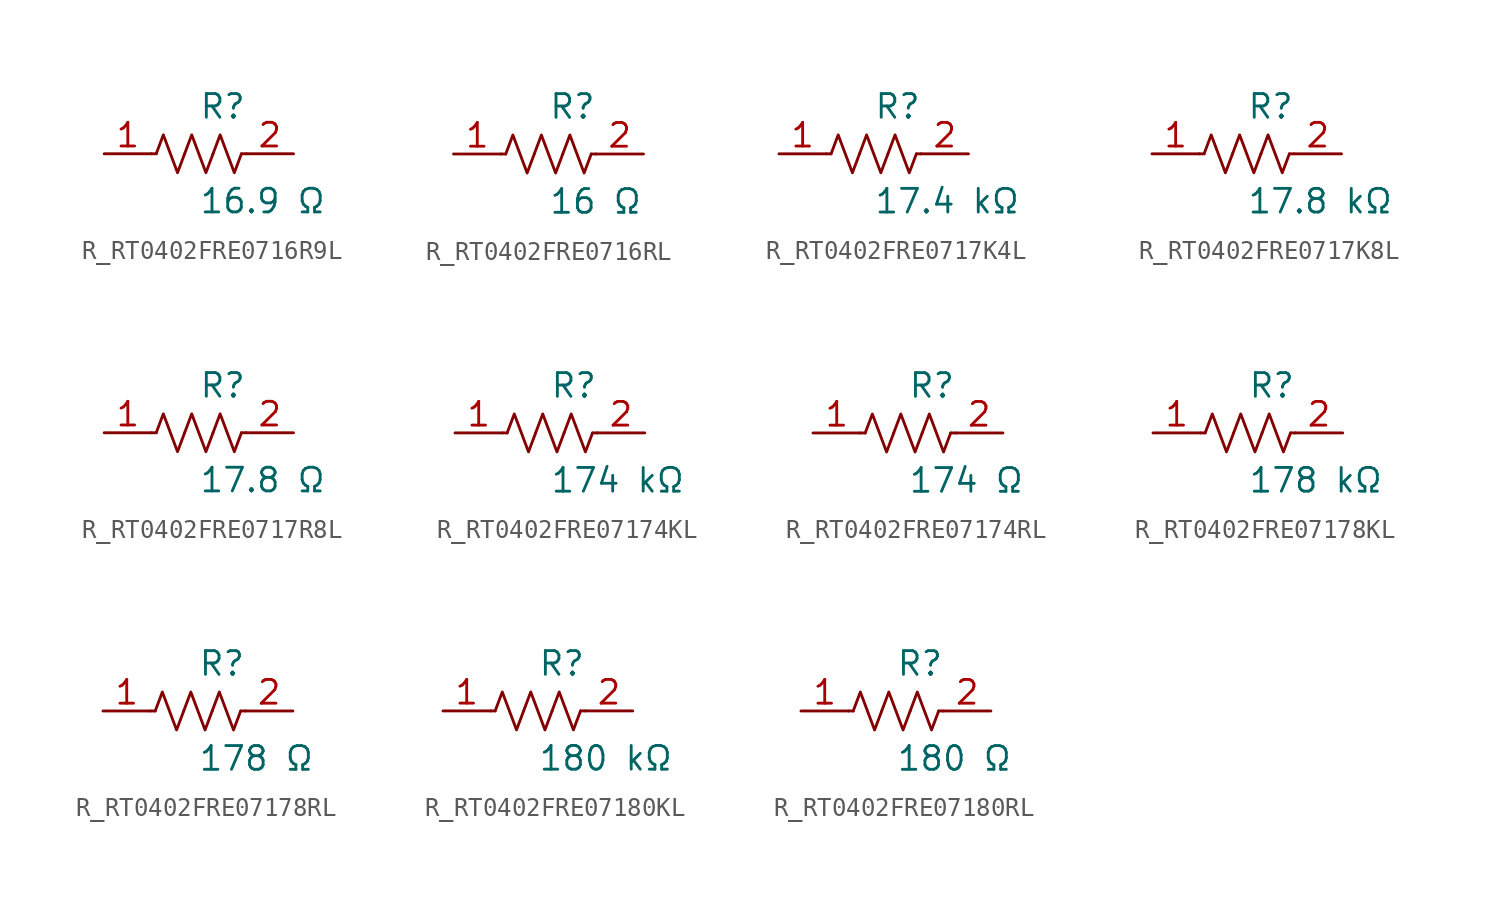
<source format=kicad_sym>
(kicad_symbol_lib
  (version 20231120)
  (generator kicad_symbol_editor)
  (generator_version 8.0)
  (symbol "R_RT0402FRE0716R9L"
    (pin_names
      (offset 0.254))
    (property "Reference" "R"
      (at 0.0 2.54 0)
      (effects (font (size 1.27 1.27)) (justify left)))
    (property "Value" "16.9 Ω"
      (at 0.0 -2.54 0)
      (effects (font (size 1.27 1.27)) (justify left)))
    (symbol "R_RT0402FRE0716R9L_0_1"
      (polyline (pts (xy 2.286 0) (xy 2.54 0)) (stroke (width 0) (type default)) (fill (type none)))
      (polyline (pts (xy -2.286 0) (xy -2.54 0)) (stroke (width 0) (type default)) (fill (type none)))
      (polyline (pts (xy 0.762 0) (xy 1.143 1.016) (xy 1.524 0) (xy 1.905 -1.016) (xy 2.286 0)) (stroke (width 0) (type default)) (fill (type none)))
      (polyline (pts (xy -0.762 0) (xy -0.381 1.016) (xy 0 0) (xy 0.381 -1.016) (xy 0.762 0)) (stroke (width 0) (type default)) (fill (type none)))
      (polyline (pts (xy -2.286 0) (xy -1.905 1.016) (xy -1.524 0) (xy -1.143 -1.016) (xy -0.762 0)) (stroke (width 0) (type default)) (fill (type none))))
    (pin unspecified line
      (at -5.08 0 0)
      (length 2.54)
      (name "" (effects (font (size 1.27 1.27))))
      (number "1" (effects (font (size 1.27 1.27)))))
    (pin unspecified line
      (at 5.08 0 180)
      (length 2.54)
      (name "" (effects (font (size 1.27 1.27))))
      (number "2" (effects (font (size 1.27 1.27))))))
  (symbol "R_RT0402FRE0716RL"
    (pin_names
      (offset 0.254))
    (property "Reference" "R"
      (at 0.0 2.54 0)
      (effects (font (size 1.27 1.27)) (justify left)))
    (property "Value" "16 Ω"
      (at 0.0 -2.54 0)
      (effects (font (size 1.27 1.27)) (justify left)))
    (symbol "R_RT0402FRE0716RL_0_1"
      (polyline (pts (xy 2.286 0) (xy 2.54 0)) (stroke (width 0) (type default)) (fill (type none)))
      (polyline (pts (xy -2.286 0) (xy -2.54 0)) (stroke (width 0) (type default)) (fill (type none)))
      (polyline (pts (xy 0.762 0) (xy 1.143 1.016) (xy 1.524 0) (xy 1.905 -1.016) (xy 2.286 0)) (stroke (width 0) (type default)) (fill (type none)))
      (polyline (pts (xy -0.762 0) (xy -0.381 1.016) (xy 0 0) (xy 0.381 -1.016) (xy 0.762 0)) (stroke (width 0) (type default)) (fill (type none)))
      (polyline (pts (xy -2.286 0) (xy -1.905 1.016) (xy -1.524 0) (xy -1.143 -1.016) (xy -0.762 0)) (stroke (width 0) (type default)) (fill (type none))))
    (pin unspecified line
      (at -5.08 0 0)
      (length 2.54)
      (name "" (effects (font (size 1.27 1.27))))
      (number "1" (effects (font (size 1.27 1.27)))))
    (pin unspecified line
      (at 5.08 0 180)
      (length 2.54)
      (name "" (effects (font (size 1.27 1.27))))
      (number "2" (effects (font (size 1.27 1.27))))))
  (symbol "R_RT0402FRE0717K4L"
    (pin_names
      (offset 0.254))
    (property "Reference" "R"
      (at 0.0 2.54 0)
      (effects (font (size 1.27 1.27)) (justify left)))
    (property "Value" "17.4 kΩ"
      (at 0.0 -2.54 0)
      (effects (font (size 1.27 1.27)) (justify left)))
    (symbol "R_RT0402FRE0717K4L_0_1"
      (polyline (pts (xy 2.286 0) (xy 2.54 0)) (stroke (width 0) (type default)) (fill (type none)))
      (polyline (pts (xy -2.286 0) (xy -2.54 0)) (stroke (width 0) (type default)) (fill (type none)))
      (polyline (pts (xy 0.762 0) (xy 1.143 1.016) (xy 1.524 0) (xy 1.905 -1.016) (xy 2.286 0)) (stroke (width 0) (type default)) (fill (type none)))
      (polyline (pts (xy -0.762 0) (xy -0.381 1.016) (xy 0 0) (xy 0.381 -1.016) (xy 0.762 0)) (stroke (width 0) (type default)) (fill (type none)))
      (polyline (pts (xy -2.286 0) (xy -1.905 1.016) (xy -1.524 0) (xy -1.143 -1.016) (xy -0.762 0)) (stroke (width 0) (type default)) (fill (type none))))
    (pin unspecified line
      (at -5.08 0 0)
      (length 2.54)
      (name "" (effects (font (size 1.27 1.27))))
      (number "1" (effects (font (size 1.27 1.27)))))
    (pin unspecified line
      (at 5.08 0 180)
      (length 2.54)
      (name "" (effects (font (size 1.27 1.27))))
      (number "2" (effects (font (size 1.27 1.27))))))
  (symbol "R_RT0402FRE0717K8L"
    (pin_names
      (offset 0.254))
    (property "Reference" "R"
      (at 0.0 2.54 0)
      (effects (font (size 1.27 1.27)) (justify left)))
    (property "Value" "17.8 kΩ"
      (at 0.0 -2.54 0)
      (effects (font (size 1.27 1.27)) (justify left)))
    (symbol "R_RT0402FRE0717K8L_0_1"
      (polyline (pts (xy 2.286 0) (xy 2.54 0)) (stroke (width 0) (type default)) (fill (type none)))
      (polyline (pts (xy -2.286 0) (xy -2.54 0)) (stroke (width 0) (type default)) (fill (type none)))
      (polyline (pts (xy 0.762 0) (xy 1.143 1.016) (xy 1.524 0) (xy 1.905 -1.016) (xy 2.286 0)) (stroke (width 0) (type default)) (fill (type none)))
      (polyline (pts (xy -0.762 0) (xy -0.381 1.016) (xy 0 0) (xy 0.381 -1.016) (xy 0.762 0)) (stroke (width 0) (type default)) (fill (type none)))
      (polyline (pts (xy -2.286 0) (xy -1.905 1.016) (xy -1.524 0) (xy -1.143 -1.016) (xy -0.762 0)) (stroke (width 0) (type default)) (fill (type none))))
    (pin unspecified line
      (at -5.08 0 0)
      (length 2.54)
      (name "" (effects (font (size 1.27 1.27))))
      (number "1" (effects (font (size 1.27 1.27)))))
    (pin unspecified line
      (at 5.08 0 180)
      (length 2.54)
      (name "" (effects (font (size 1.27 1.27))))
      (number "2" (effects (font (size 1.27 1.27))))))
  (symbol "R_RT0402FRE0717R8L"
    (pin_names
      (offset 0.254))
    (property "Reference" "R"
      (at 0.0 2.54 0)
      (effects (font (size 1.27 1.27)) (justify left)))
    (property "Value" "17.8 Ω"
      (at 0.0 -2.54 0)
      (effects (font (size 1.27 1.27)) (justify left)))
    (symbol "R_RT0402FRE0717R8L_0_1"
      (polyline (pts (xy 2.286 0) (xy 2.54 0)) (stroke (width 0) (type default)) (fill (type none)))
      (polyline (pts (xy -2.286 0) (xy -2.54 0)) (stroke (width 0) (type default)) (fill (type none)))
      (polyline (pts (xy 0.762 0) (xy 1.143 1.016) (xy 1.524 0) (xy 1.905 -1.016) (xy 2.286 0)) (stroke (width 0) (type default)) (fill (type none)))
      (polyline (pts (xy -0.762 0) (xy -0.381 1.016) (xy 0 0) (xy 0.381 -1.016) (xy 0.762 0)) (stroke (width 0) (type default)) (fill (type none)))
      (polyline (pts (xy -2.286 0) (xy -1.905 1.016) (xy -1.524 0) (xy -1.143 -1.016) (xy -0.762 0)) (stroke (width 0) (type default)) (fill (type none))))
    (pin unspecified line
      (at -5.08 0 0)
      (length 2.54)
      (name "" (effects (font (size 1.27 1.27))))
      (number "1" (effects (font (size 1.27 1.27)))))
    (pin unspecified line
      (at 5.08 0 180)
      (length 2.54)
      (name "" (effects (font (size 1.27 1.27))))
      (number "2" (effects (font (size 1.27 1.27))))))
  (symbol "R_RT0402FRE07174KL"
    (pin_names
      (offset 0.254))
    (property "Reference" "R"
      (at 0.0 2.54 0)
      (effects (font (size 1.27 1.27)) (justify left)))
    (property "Value" "174 kΩ"
      (at 0.0 -2.54 0)
      (effects (font (size 1.27 1.27)) (justify left)))
    (symbol "R_RT0402FRE07174KL_0_1"
      (polyline (pts (xy 2.286 0) (xy 2.54 0)) (stroke (width 0) (type default)) (fill (type none)))
      (polyline (pts (xy -2.286 0) (xy -2.54 0)) (stroke (width 0) (type default)) (fill (type none)))
      (polyline (pts (xy 0.762 0) (xy 1.143 1.016) (xy 1.524 0) (xy 1.905 -1.016) (xy 2.286 0)) (stroke (width 0) (type default)) (fill (type none)))
      (polyline (pts (xy -0.762 0) (xy -0.381 1.016) (xy 0 0) (xy 0.381 -1.016) (xy 0.762 0)) (stroke (width 0) (type default)) (fill (type none)))
      (polyline (pts (xy -2.286 0) (xy -1.905 1.016) (xy -1.524 0) (xy -1.143 -1.016) (xy -0.762 0)) (stroke (width 0) (type default)) (fill (type none))))
    (pin unspecified line
      (at -5.08 0 0)
      (length 2.54)
      (name "" (effects (font (size 1.27 1.27))))
      (number "1" (effects (font (size 1.27 1.27)))))
    (pin unspecified line
      (at 5.08 0 180)
      (length 2.54)
      (name "" (effects (font (size 1.27 1.27))))
      (number "2" (effects (font (size 1.27 1.27))))))
  (symbol "R_RT0402FRE07174RL"
    (pin_names
      (offset 0.254))
    (property "Reference" "R"
      (at 0.0 2.54 0)
      (effects (font (size 1.27 1.27)) (justify left)))
    (property "Value" "174 Ω"
      (at 0.0 -2.54 0)
      (effects (font (size 1.27 1.27)) (justify left)))
    (symbol "R_RT0402FRE07174RL_0_1"
      (polyline (pts (xy 2.286 0) (xy 2.54 0)) (stroke (width 0) (type default)) (fill (type none)))
      (polyline (pts (xy -2.286 0) (xy -2.54 0)) (stroke (width 0) (type default)) (fill (type none)))
      (polyline (pts (xy 0.762 0) (xy 1.143 1.016) (xy 1.524 0) (xy 1.905 -1.016) (xy 2.286 0)) (stroke (width 0) (type default)) (fill (type none)))
      (polyline (pts (xy -0.762 0) (xy -0.381 1.016) (xy 0 0) (xy 0.381 -1.016) (xy 0.762 0)) (stroke (width 0) (type default)) (fill (type none)))
      (polyline (pts (xy -2.286 0) (xy -1.905 1.016) (xy -1.524 0) (xy -1.143 -1.016) (xy -0.762 0)) (stroke (width 0) (type default)) (fill (type none))))
    (pin unspecified line
      (at -5.08 0 0)
      (length 2.54)
      (name "" (effects (font (size 1.27 1.27))))
      (number "1" (effects (font (size 1.27 1.27)))))
    (pin unspecified line
      (at 5.08 0 180)
      (length 2.54)
      (name "" (effects (font (size 1.27 1.27))))
      (number "2" (effects (font (size 1.27 1.27))))))
  (symbol "R_RT0402FRE07178KL"
    (pin_names
      (offset 0.254))
    (property "Reference" "R"
      (at 0.0 2.54 0)
      (effects (font (size 1.27 1.27)) (justify left)))
    (property "Value" "178 kΩ"
      (at 0.0 -2.54 0)
      (effects (font (size 1.27 1.27)) (justify left)))
    (symbol "R_RT0402FRE07178KL_0_1"
      (polyline (pts (xy 2.286 0) (xy 2.54 0)) (stroke (width 0) (type default)) (fill (type none)))
      (polyline (pts (xy -2.286 0) (xy -2.54 0)) (stroke (width 0) (type default)) (fill (type none)))
      (polyline (pts (xy 0.762 0) (xy 1.143 1.016) (xy 1.524 0) (xy 1.905 -1.016) (xy 2.286 0)) (stroke (width 0) (type default)) (fill (type none)))
      (polyline (pts (xy -0.762 0) (xy -0.381 1.016) (xy 0 0) (xy 0.381 -1.016) (xy 0.762 0)) (stroke (width 0) (type default)) (fill (type none)))
      (polyline (pts (xy -2.286 0) (xy -1.905 1.016) (xy -1.524 0) (xy -1.143 -1.016) (xy -0.762 0)) (stroke (width 0) (type default)) (fill (type none))))
    (pin unspecified line
      (at -5.08 0 0)
      (length 2.54)
      (name "" (effects (font (size 1.27 1.27))))
      (number "1" (effects (font (size 1.27 1.27)))))
    (pin unspecified line
      (at 5.08 0 180)
      (length 2.54)
      (name "" (effects (font (size 1.27 1.27))))
      (number "2" (effects (font (size 1.27 1.27))))))
  (symbol "R_RT0402FRE07178RL"
    (pin_names
      (offset 0.254))
    (property "Reference" "R"
      (at 0.0 2.54 0)
      (effects (font (size 1.27 1.27)) (justify left)))
    (property "Value" "178 Ω"
      (at 0.0 -2.54 0)
      (effects (font (size 1.27 1.27)) (justify left)))
    (symbol "R_RT0402FRE07178RL_0_1"
      (polyline (pts (xy 2.286 0) (xy 2.54 0)) (stroke (width 0) (type default)) (fill (type none)))
      (polyline (pts (xy -2.286 0) (xy -2.54 0)) (stroke (width 0) (type default)) (fill (type none)))
      (polyline (pts (xy 0.762 0) (xy 1.143 1.016) (xy 1.524 0) (xy 1.905 -1.016) (xy 2.286 0)) (stroke (width 0) (type default)) (fill (type none)))
      (polyline (pts (xy -0.762 0) (xy -0.381 1.016) (xy 0 0) (xy 0.381 -1.016) (xy 0.762 0)) (stroke (width 0) (type default)) (fill (type none)))
      (polyline (pts (xy -2.286 0) (xy -1.905 1.016) (xy -1.524 0) (xy -1.143 -1.016) (xy -0.762 0)) (stroke (width 0) (type default)) (fill (type none))))
    (pin unspecified line
      (at -5.08 0 0)
      (length 2.54)
      (name "" (effects (font (size 1.27 1.27))))
      (number "1" (effects (font (size 1.27 1.27)))))
    (pin unspecified line
      (at 5.08 0 180)
      (length 2.54)
      (name "" (effects (font (size 1.27 1.27))))
      (number "2" (effects (font (size 1.27 1.27))))))
  (symbol "R_RT0402FRE07180KL"
    (pin_names
      (offset 0.254))
    (property "Reference" "R"
      (at 0.0 2.54 0)
      (effects (font (size 1.27 1.27)) (justify left)))
    (property "Value" "180 kΩ"
      (at 0.0 -2.54 0)
      (effects (font (size 1.27 1.27)) (justify left)))
    (symbol "R_RT0402FRE07180KL_0_1"
      (polyline (pts (xy 2.286 0) (xy 2.54 0)) (stroke (width 0) (type default)) (fill (type none)))
      (polyline (pts (xy -2.286 0) (xy -2.54 0)) (stroke (width 0) (type default)) (fill (type none)))
      (polyline (pts (xy 0.762 0) (xy 1.143 1.016) (xy 1.524 0) (xy 1.905 -1.016) (xy 2.286 0)) (stroke (width 0) (type default)) (fill (type none)))
      (polyline (pts (xy -0.762 0) (xy -0.381 1.016) (xy 0 0) (xy 0.381 -1.016) (xy 0.762 0)) (stroke (width 0) (type default)) (fill (type none)))
      (polyline (pts (xy -2.286 0) (xy -1.905 1.016) (xy -1.524 0) (xy -1.143 -1.016) (xy -0.762 0)) (stroke (width 0) (type default)) (fill (type none))))
    (pin unspecified line
      (at -5.08 0 0)
      (length 2.54)
      (name "" (effects (font (size 1.27 1.27))))
      (number "1" (effects (font (size 1.27 1.27)))))
    (pin unspecified line
      (at 5.08 0 180)
      (length 2.54)
      (name "" (effects (font (size 1.27 1.27))))
      (number "2" (effects (font (size 1.27 1.27))))))
  (symbol "R_RT0402FRE07180RL"
    (pin_names
      (offset 0.254))
    (property "Reference" "R"
      (at 0.0 2.54 0)
      (effects (font (size 1.27 1.27)) (justify left)))
    (property "Value" "180 Ω"
      (at 0.0 -2.54 0)
      (effects (font (size 1.27 1.27)) (justify left)))
    (symbol "R_RT0402FRE07180RL_0_1"
      (polyline (pts (xy 2.286 0) (xy 2.54 0)) (stroke (width 0) (type default)) (fill (type none)))
      (polyline (pts (xy -2.286 0) (xy -2.54 0)) (stroke (width 0) (type default)) (fill (type none)))
      (polyline (pts (xy 0.762 0) (xy 1.143 1.016) (xy 1.524 0) (xy 1.905 -1.016) (xy 2.286 0)) (stroke (width 0) (type default)) (fill (type none)))
      (polyline (pts (xy -0.762 0) (xy -0.381 1.016) (xy 0 0) (xy 0.381 -1.016) (xy 0.762 0)) (stroke (width 0) (type default)) (fill (type none)))
      (polyline (pts (xy -2.286 0) (xy -1.905 1.016) (xy -1.524 0) (xy -1.143 -1.016) (xy -0.762 0)) (stroke (width 0) (type default)) (fill (type none))))
    (pin unspecified line
      (at -5.08 0 0)
      (length 2.54)
      (name "" (effects (font (size 1.27 1.27))))
      (number "1" (effects (font (size 1.27 1.27)))))
    (pin unspecified line
      (at 5.08 0 180)
      (length 2.54)
      (name "" (effects (font (size 1.27 1.27))))
      (number "2" (effects (font (size 1.27 1.27)))))))
</source>
